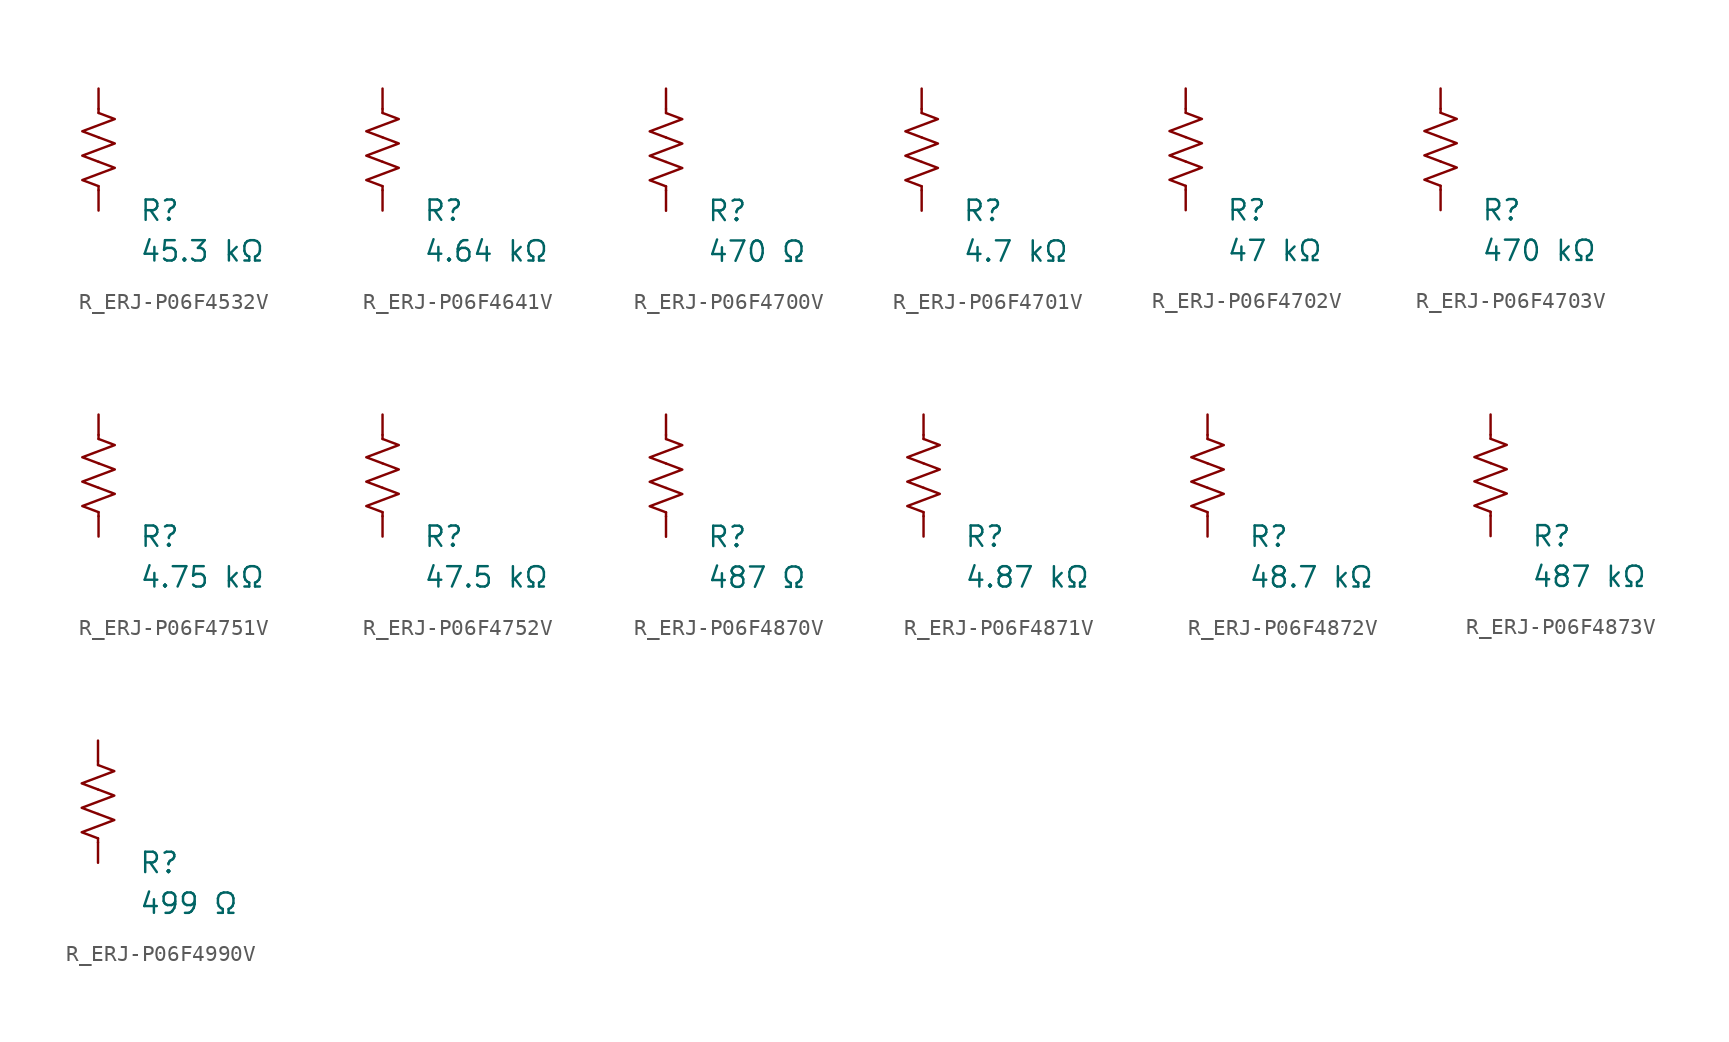
<source format=kicad_sym>
(kicad_symbol_lib
  (version 20231120)
  (generator "kicad_symbol_editor")
  (generator_version "8.0")
  (symbol "R_ERJ-P06F4532V"
    (pin_numbers hide)
    (pin_names
      (offset 0))
    (property "Reference" "R"
      (at 2.54 -3.81 0)
      (effects (font (size 1.27 1.27)) (justify left))
      (show_name no))
    (property "Value" "45.3 kΩ"
      (at 2.54 -6.35 0)
      (effects (font (size 1.27 1.27)) (justify left))
      (show_name no))
    (symbol "R_ERJ-P06F4532V_0_1"
      (polyline (pts (xy 0 -2.286) (xy 0 -2.54)) (stroke (width 0) (type default)) (fill (type none)))
      (polyline (pts (xy 0 2.286) (xy 0 2.54)) (stroke (width 0) (type default)) (fill (type none)))
      (polyline (pts (xy 0 -0.762) (xy 1.016 -1.143) (xy 0 -1.524) (xy -1.016 -1.905) (xy 0 -2.286)) (stroke (width 0) (type default)) (fill (type none)))
      (polyline (pts (xy 0 0.762) (xy 1.016 0.381) (xy 0 0) (xy -1.016 -0.381) (xy 0 -0.762)) (stroke (width 0) (type default)) (fill (type none)))
      (polyline (pts (xy 0 2.286) (xy 1.016 1.905) (xy 0 1.524) (xy -1.016 1.143) (xy 0 0.762)) (stroke (width 0) (type default)) (fill (type none))))
    (symbol "R_ERJ-P06F4532V_1_1"
      (pin passive line (at 0 3.81 270) (length 1.27) (name "~" (effects (font (size 1.27 1.27)))) (number "1" (effects (font (size 1.27 1.27)))))
      (pin passive line (at 0 -3.81 90) (length 1.27) (name "~" (effects (font (size 1.27 1.27)))) (number "2" (effects (font (size 1.27 1.27)))))))
  (symbol "R_ERJ-P06F4641V"
    (pin_numbers hide)
    (pin_names
      (offset 0))
    (property "Reference" "R"
      (at 2.54 -3.81 0)
      (effects (font (size 1.27 1.27)) (justify left))
      (show_name no))
    (property "Value" "4.64 kΩ"
      (at 2.54 -6.35 0)
      (effects (font (size 1.27 1.27)) (justify left))
      (show_name no))
    (symbol "R_ERJ-P06F4641V_0_1"
      (polyline (pts (xy 0 -2.286) (xy 0 -2.54)) (stroke (width 0) (type default)) (fill (type none)))
      (polyline (pts (xy 0 2.286) (xy 0 2.54)) (stroke (width 0) (type default)) (fill (type none)))
      (polyline (pts (xy 0 -0.762) (xy 1.016 -1.143) (xy 0 -1.524) (xy -1.016 -1.905) (xy 0 -2.286)) (stroke (width 0) (type default)) (fill (type none)))
      (polyline (pts (xy 0 0.762) (xy 1.016 0.381) (xy 0 0) (xy -1.016 -0.381) (xy 0 -0.762)) (stroke (width 0) (type default)) (fill (type none)))
      (polyline (pts (xy 0 2.286) (xy 1.016 1.905) (xy 0 1.524) (xy -1.016 1.143) (xy 0 0.762)) (stroke (width 0) (type default)) (fill (type none))))
    (symbol "R_ERJ-P06F4641V_1_1"
      (pin passive line (at 0 3.81 270) (length 1.27) (name "~" (effects (font (size 1.27 1.27)))) (number "1" (effects (font (size 1.27 1.27)))))
      (pin passive line (at 0 -3.81 90) (length 1.27) (name "~" (effects (font (size 1.27 1.27)))) (number "2" (effects (font (size 1.27 1.27)))))))
  (symbol "R_ERJ-P06F4700V"
    (pin_numbers hide)
    (pin_names
      (offset 0))
    (property "Reference" "R"
      (at 2.54 -3.81 0)
      (effects (font (size 1.27 1.27)) (justify left))
      (show_name no))
    (property "Value" "470 Ω"
      (at 2.54 -6.35 0)
      (effects (font (size 1.27 1.27)) (justify left))
      (show_name no))
    (symbol "R_ERJ-P06F4700V_0_1"
      (polyline (pts (xy 0 -2.286) (xy 0 -2.54)) (stroke (width 0) (type default)) (fill (type none)))
      (polyline (pts (xy 0 2.286) (xy 0 2.54)) (stroke (width 0) (type default)) (fill (type none)))
      (polyline (pts (xy 0 -0.762) (xy 1.016 -1.143) (xy 0 -1.524) (xy -1.016 -1.905) (xy 0 -2.286)) (stroke (width 0) (type default)) (fill (type none)))
      (polyline (pts (xy 0 0.762) (xy 1.016 0.381) (xy 0 0) (xy -1.016 -0.381) (xy 0 -0.762)) (stroke (width 0) (type default)) (fill (type none)))
      (polyline (pts (xy 0 2.286) (xy 1.016 1.905) (xy 0 1.524) (xy -1.016 1.143) (xy 0 0.762)) (stroke (width 0) (type default)) (fill (type none))))
    (symbol "R_ERJ-P06F4700V_1_1"
      (pin passive line (at 0 3.81 270) (length 1.27) (name "~" (effects (font (size 1.27 1.27)))) (number "1" (effects (font (size 1.27 1.27)))))
      (pin passive line (at 0 -3.81 90) (length 1.27) (name "~" (effects (font (size 1.27 1.27)))) (number "2" (effects (font (size 1.27 1.27)))))))
  (symbol "R_ERJ-P06F4701V"
    (pin_numbers hide)
    (pin_names
      (offset 0))
    (property "Reference" "R"
      (at 2.54 -3.81 0)
      (effects (font (size 1.27 1.27)) (justify left))
      (show_name no))
    (property "Value" "4.7 kΩ"
      (at 2.54 -6.35 0)
      (effects (font (size 1.27 1.27)) (justify left))
      (show_name no))
    (symbol "R_ERJ-P06F4701V_0_1"
      (polyline (pts (xy 0 -2.286) (xy 0 -2.54)) (stroke (width 0) (type default)) (fill (type none)))
      (polyline (pts (xy 0 2.286) (xy 0 2.54)) (stroke (width 0) (type default)) (fill (type none)))
      (polyline (pts (xy 0 -0.762) (xy 1.016 -1.143) (xy 0 -1.524) (xy -1.016 -1.905) (xy 0 -2.286)) (stroke (width 0) (type default)) (fill (type none)))
      (polyline (pts (xy 0 0.762) (xy 1.016 0.381) (xy 0 0) (xy -1.016 -0.381) (xy 0 -0.762)) (stroke (width 0) (type default)) (fill (type none)))
      (polyline (pts (xy 0 2.286) (xy 1.016 1.905) (xy 0 1.524) (xy -1.016 1.143) (xy 0 0.762)) (stroke (width 0) (type default)) (fill (type none))))
    (symbol "R_ERJ-P06F4701V_1_1"
      (pin passive line (at 0 3.81 270) (length 1.27) (name "~" (effects (font (size 1.27 1.27)))) (number "1" (effects (font (size 1.27 1.27)))))
      (pin passive line (at 0 -3.81 90) (length 1.27) (name "~" (effects (font (size 1.27 1.27)))) (number "2" (effects (font (size 1.27 1.27)))))))
  (symbol "R_ERJ-P06F4702V"
    (pin_numbers hide)
    (pin_names
      (offset 0))
    (property "Reference" "R"
      (at 2.54 -3.81 0)
      (effects (font (size 1.27 1.27)) (justify left))
      (show_name no))
    (property "Value" "47 kΩ"
      (at 2.54 -6.35 0)
      (effects (font (size 1.27 1.27)) (justify left))
      (show_name no))
    (symbol "R_ERJ-P06F4702V_0_1"
      (polyline (pts (xy 0 -2.286) (xy 0 -2.54)) (stroke (width 0) (type default)) (fill (type none)))
      (polyline (pts (xy 0 2.286) (xy 0 2.54)) (stroke (width 0) (type default)) (fill (type none)))
      (polyline (pts (xy 0 -0.762) (xy 1.016 -1.143) (xy 0 -1.524) (xy -1.016 -1.905) (xy 0 -2.286)) (stroke (width 0) (type default)) (fill (type none)))
      (polyline (pts (xy 0 0.762) (xy 1.016 0.381) (xy 0 0) (xy -1.016 -0.381) (xy 0 -0.762)) (stroke (width 0) (type default)) (fill (type none)))
      (polyline (pts (xy 0 2.286) (xy 1.016 1.905) (xy 0 1.524) (xy -1.016 1.143) (xy 0 0.762)) (stroke (width 0) (type default)) (fill (type none))))
    (symbol "R_ERJ-P06F4702V_1_1"
      (pin passive line (at 0 3.81 270) (length 1.27) (name "~" (effects (font (size 1.27 1.27)))) (number "1" (effects (font (size 1.27 1.27)))))
      (pin passive line (at 0 -3.81 90) (length 1.27) (name "~" (effects (font (size 1.27 1.27)))) (number "2" (effects (font (size 1.27 1.27)))))))
  (symbol "R_ERJ-P06F4703V"
    (pin_numbers hide)
    (pin_names
      (offset 0))
    (property "Reference" "R"
      (at 2.54 -3.81 0)
      (effects (font (size 1.27 1.27)) (justify left))
      (show_name no))
    (property "Value" "470 kΩ"
      (at 2.54 -6.35 0)
      (effects (font (size 1.27 1.27)) (justify left))
      (show_name no))
    (symbol "R_ERJ-P06F4703V_0_1"
      (polyline (pts (xy 0 -2.286) (xy 0 -2.54)) (stroke (width 0) (type default)) (fill (type none)))
      (polyline (pts (xy 0 2.286) (xy 0 2.54)) (stroke (width 0) (type default)) (fill (type none)))
      (polyline (pts (xy 0 -0.762) (xy 1.016 -1.143) (xy 0 -1.524) (xy -1.016 -1.905) (xy 0 -2.286)) (stroke (width 0) (type default)) (fill (type none)))
      (polyline (pts (xy 0 0.762) (xy 1.016 0.381) (xy 0 0) (xy -1.016 -0.381) (xy 0 -0.762)) (stroke (width 0) (type default)) (fill (type none)))
      (polyline (pts (xy 0 2.286) (xy 1.016 1.905) (xy 0 1.524) (xy -1.016 1.143) (xy 0 0.762)) (stroke (width 0) (type default)) (fill (type none))))
    (symbol "R_ERJ-P06F4703V_1_1"
      (pin passive line (at 0 3.81 270) (length 1.27) (name "~" (effects (font (size 1.27 1.27)))) (number "1" (effects (font (size 1.27 1.27)))))
      (pin passive line (at 0 -3.81 90) (length 1.27) (name "~" (effects (font (size 1.27 1.27)))) (number "2" (effects (font (size 1.27 1.27)))))))
  (symbol "R_ERJ-P06F4751V"
    (pin_numbers hide)
    (pin_names
      (offset 0))
    (property "Reference" "R"
      (at 2.54 -3.81 0)
      (effects (font (size 1.27 1.27)) (justify left))
      (show_name no))
    (property "Value" "4.75 kΩ"
      (at 2.54 -6.35 0)
      (effects (font (size 1.27 1.27)) (justify left))
      (show_name no))
    (symbol "R_ERJ-P06F4751V_0_1"
      (polyline (pts (xy 0 -2.286) (xy 0 -2.54)) (stroke (width 0) (type default)) (fill (type none)))
      (polyline (pts (xy 0 2.286) (xy 0 2.54)) (stroke (width 0) (type default)) (fill (type none)))
      (polyline (pts (xy 0 -0.762) (xy 1.016 -1.143) (xy 0 -1.524) (xy -1.016 -1.905) (xy 0 -2.286)) (stroke (width 0) (type default)) (fill (type none)))
      (polyline (pts (xy 0 0.762) (xy 1.016 0.381) (xy 0 0) (xy -1.016 -0.381) (xy 0 -0.762)) (stroke (width 0) (type default)) (fill (type none)))
      (polyline (pts (xy 0 2.286) (xy 1.016 1.905) (xy 0 1.524) (xy -1.016 1.143) (xy 0 0.762)) (stroke (width 0) (type default)) (fill (type none))))
    (symbol "R_ERJ-P06F4751V_1_1"
      (pin passive line (at 0 3.81 270) (length 1.27) (name "~" (effects (font (size 1.27 1.27)))) (number "1" (effects (font (size 1.27 1.27)))))
      (pin passive line (at 0 -3.81 90) (length 1.27) (name "~" (effects (font (size 1.27 1.27)))) (number "2" (effects (font (size 1.27 1.27)))))))
  (symbol "R_ERJ-P06F4752V"
    (pin_numbers hide)
    (pin_names
      (offset 0))
    (property "Reference" "R"
      (at 2.54 -3.81 0)
      (effects (font (size 1.27 1.27)) (justify left))
      (show_name no))
    (property "Value" "47.5 kΩ"
      (at 2.54 -6.35 0)
      (effects (font (size 1.27 1.27)) (justify left))
      (show_name no))
    (symbol "R_ERJ-P06F4752V_0_1"
      (polyline (pts (xy 0 -2.286) (xy 0 -2.54)) (stroke (width 0) (type default)) (fill (type none)))
      (polyline (pts (xy 0 2.286) (xy 0 2.54)) (stroke (width 0) (type default)) (fill (type none)))
      (polyline (pts (xy 0 -0.762) (xy 1.016 -1.143) (xy 0 -1.524) (xy -1.016 -1.905) (xy 0 -2.286)) (stroke (width 0) (type default)) (fill (type none)))
      (polyline (pts (xy 0 0.762) (xy 1.016 0.381) (xy 0 0) (xy -1.016 -0.381) (xy 0 -0.762)) (stroke (width 0) (type default)) (fill (type none)))
      (polyline (pts (xy 0 2.286) (xy 1.016 1.905) (xy 0 1.524) (xy -1.016 1.143) (xy 0 0.762)) (stroke (width 0) (type default)) (fill (type none))))
    (symbol "R_ERJ-P06F4752V_1_1"
      (pin passive line (at 0 3.81 270) (length 1.27) (name "~" (effects (font (size 1.27 1.27)))) (number "1" (effects (font (size 1.27 1.27)))))
      (pin passive line (at 0 -3.81 90) (length 1.27) (name "~" (effects (font (size 1.27 1.27)))) (number "2" (effects (font (size 1.27 1.27)))))))
  (symbol "R_ERJ-P06F4870V"
    (pin_numbers hide)
    (pin_names
      (offset 0))
    (property "Reference" "R"
      (at 2.54 -3.81 0)
      (effects (font (size 1.27 1.27)) (justify left))
      (show_name no))
    (property "Value" "487 Ω"
      (at 2.54 -6.35 0)
      (effects (font (size 1.27 1.27)) (justify left))
      (show_name no))
    (symbol "R_ERJ-P06F4870V_0_1"
      (polyline (pts (xy 0 -2.286) (xy 0 -2.54)) (stroke (width 0) (type default)) (fill (type none)))
      (polyline (pts (xy 0 2.286) (xy 0 2.54)) (stroke (width 0) (type default)) (fill (type none)))
      (polyline (pts (xy 0 -0.762) (xy 1.016 -1.143) (xy 0 -1.524) (xy -1.016 -1.905) (xy 0 -2.286)) (stroke (width 0) (type default)) (fill (type none)))
      (polyline (pts (xy 0 0.762) (xy 1.016 0.381) (xy 0 0) (xy -1.016 -0.381) (xy 0 -0.762)) (stroke (width 0) (type default)) (fill (type none)))
      (polyline (pts (xy 0 2.286) (xy 1.016 1.905) (xy 0 1.524) (xy -1.016 1.143) (xy 0 0.762)) (stroke (width 0) (type default)) (fill (type none))))
    (symbol "R_ERJ-P06F4870V_1_1"
      (pin passive line (at 0 3.81 270) (length 1.27) (name "~" (effects (font (size 1.27 1.27)))) (number "1" (effects (font (size 1.27 1.27)))))
      (pin passive line (at 0 -3.81 90) (length 1.27) (name "~" (effects (font (size 1.27 1.27)))) (number "2" (effects (font (size 1.27 1.27)))))))
  (symbol "R_ERJ-P06F4871V"
    (pin_numbers hide)
    (pin_names
      (offset 0))
    (property "Reference" "R"
      (at 2.54 -3.81 0)
      (effects (font (size 1.27 1.27)) (justify left))
      (show_name no))
    (property "Value" "4.87 kΩ"
      (at 2.54 -6.35 0)
      (effects (font (size 1.27 1.27)) (justify left))
      (show_name no))
    (symbol "R_ERJ-P06F4871V_0_1"
      (polyline (pts (xy 0 -2.286) (xy 0 -2.54)) (stroke (width 0) (type default)) (fill (type none)))
      (polyline (pts (xy 0 2.286) (xy 0 2.54)) (stroke (width 0) (type default)) (fill (type none)))
      (polyline (pts (xy 0 -0.762) (xy 1.016 -1.143) (xy 0 -1.524) (xy -1.016 -1.905) (xy 0 -2.286)) (stroke (width 0) (type default)) (fill (type none)))
      (polyline (pts (xy 0 0.762) (xy 1.016 0.381) (xy 0 0) (xy -1.016 -0.381) (xy 0 -0.762)) (stroke (width 0) (type default)) (fill (type none)))
      (polyline (pts (xy 0 2.286) (xy 1.016 1.905) (xy 0 1.524) (xy -1.016 1.143) (xy 0 0.762)) (stroke (width 0) (type default)) (fill (type none))))
    (symbol "R_ERJ-P06F4871V_1_1"
      (pin passive line (at 0 3.81 270) (length 1.27) (name "~" (effects (font (size 1.27 1.27)))) (number "1" (effects (font (size 1.27 1.27)))))
      (pin passive line (at 0 -3.81 90) (length 1.27) (name "~" (effects (font (size 1.27 1.27)))) (number "2" (effects (font (size 1.27 1.27)))))))
  (symbol "R_ERJ-P06F4872V"
    (pin_numbers hide)
    (pin_names
      (offset 0))
    (property "Reference" "R"
      (at 2.54 -3.81 0)
      (effects (font (size 1.27 1.27)) (justify left))
      (show_name no))
    (property "Value" "48.7 kΩ"
      (at 2.54 -6.35 0)
      (effects (font (size 1.27 1.27)) (justify left))
      (show_name no))
    (symbol "R_ERJ-P06F4872V_0_1"
      (polyline (pts (xy 0 -2.286) (xy 0 -2.54)) (stroke (width 0) (type default)) (fill (type none)))
      (polyline (pts (xy 0 2.286) (xy 0 2.54)) (stroke (width 0) (type default)) (fill (type none)))
      (polyline (pts (xy 0 -0.762) (xy 1.016 -1.143) (xy 0 -1.524) (xy -1.016 -1.905) (xy 0 -2.286)) (stroke (width 0) (type default)) (fill (type none)))
      (polyline (pts (xy 0 0.762) (xy 1.016 0.381) (xy 0 0) (xy -1.016 -0.381) (xy 0 -0.762)) (stroke (width 0) (type default)) (fill (type none)))
      (polyline (pts (xy 0 2.286) (xy 1.016 1.905) (xy 0 1.524) (xy -1.016 1.143) (xy 0 0.762)) (stroke (width 0) (type default)) (fill (type none))))
    (symbol "R_ERJ-P06F4872V_1_1"
      (pin passive line (at 0 3.81 270) (length 1.27) (name "~" (effects (font (size 1.27 1.27)))) (number "1" (effects (font (size 1.27 1.27)))))
      (pin passive line (at 0 -3.81 90) (length 1.27) (name "~" (effects (font (size 1.27 1.27)))) (number "2" (effects (font (size 1.27 1.27)))))))
  (symbol "R_ERJ-P06F4873V"
    (pin_numbers hide)
    (pin_names
      (offset 0))
    (property "Reference" "R"
      (at 2.54 -3.81 0)
      (effects (font (size 1.27 1.27)) (justify left))
      (show_name no))
    (property "Value" "487 kΩ"
      (at 2.54 -6.35 0)
      (effects (font (size 1.27 1.27)) (justify left))
      (show_name no))
    (symbol "R_ERJ-P06F4873V_0_1"
      (polyline (pts (xy 0 -2.286) (xy 0 -2.54)) (stroke (width 0) (type default)) (fill (type none)))
      (polyline (pts (xy 0 2.286) (xy 0 2.54)) (stroke (width 0) (type default)) (fill (type none)))
      (polyline (pts (xy 0 -0.762) (xy 1.016 -1.143) (xy 0 -1.524) (xy -1.016 -1.905) (xy 0 -2.286)) (stroke (width 0) (type default)) (fill (type none)))
      (polyline (pts (xy 0 0.762) (xy 1.016 0.381) (xy 0 0) (xy -1.016 -0.381) (xy 0 -0.762)) (stroke (width 0) (type default)) (fill (type none)))
      (polyline (pts (xy 0 2.286) (xy 1.016 1.905) (xy 0 1.524) (xy -1.016 1.143) (xy 0 0.762)) (stroke (width 0) (type default)) (fill (type none))))
    (symbol "R_ERJ-P06F4873V_1_1"
      (pin passive line (at 0 3.81 270) (length 1.27) (name "~" (effects (font (size 1.27 1.27)))) (number "1" (effects (font (size 1.27 1.27)))))
      (pin passive line (at 0 -3.81 90) (length 1.27) (name "~" (effects (font (size 1.27 1.27)))) (number "2" (effects (font (size 1.27 1.27)))))))
  (symbol "R_ERJ-P06F4990V"
    (pin_numbers hide)
    (pin_names
      (offset 0))
    (property "Reference" "R"
      (at 2.54 -3.81 0)
      (effects (font (size 1.27 1.27)) (justify left))
      (show_name no))
    (property "Value" "499 Ω"
      (at 2.54 -6.35 0)
      (effects (font (size 1.27 1.27)) (justify left))
      (show_name no))
    (symbol "R_ERJ-P06F4990V_0_1"
      (polyline (pts (xy 0 -2.286) (xy 0 -2.54)) (stroke (width 0) (type default)) (fill (type none)))
      (polyline (pts (xy 0 2.286) (xy 0 2.54)) (stroke (width 0) (type default)) (fill (type none)))
      (polyline (pts (xy 0 -0.762) (xy 1.016 -1.143) (xy 0 -1.524) (xy -1.016 -1.905) (xy 0 -2.286)) (stroke (width 0) (type default)) (fill (type none)))
      (polyline (pts (xy 0 0.762) (xy 1.016 0.381) (xy 0 0) (xy -1.016 -0.381) (xy 0 -0.762)) (stroke (width 0) (type default)) (fill (type none)))
      (polyline (pts (xy 0 2.286) (xy 1.016 1.905) (xy 0 1.524) (xy -1.016 1.143) (xy 0 0.762)) (stroke (width 0) (type default)) (fill (type none))))
    (symbol "R_ERJ-P06F4990V_1_1"
      (pin passive line (at 0 3.81 270) (length 1.27) (name "~" (effects (font (size 1.27 1.27)))) (number "1" (effects (font (size 1.27 1.27)))))
      (pin passive line (at 0 -3.81 90) (length 1.27) (name "~" (effects (font (size 1.27 1.27)))) (number "2" (effects (font (size 1.27 1.27))))))))
</source>
